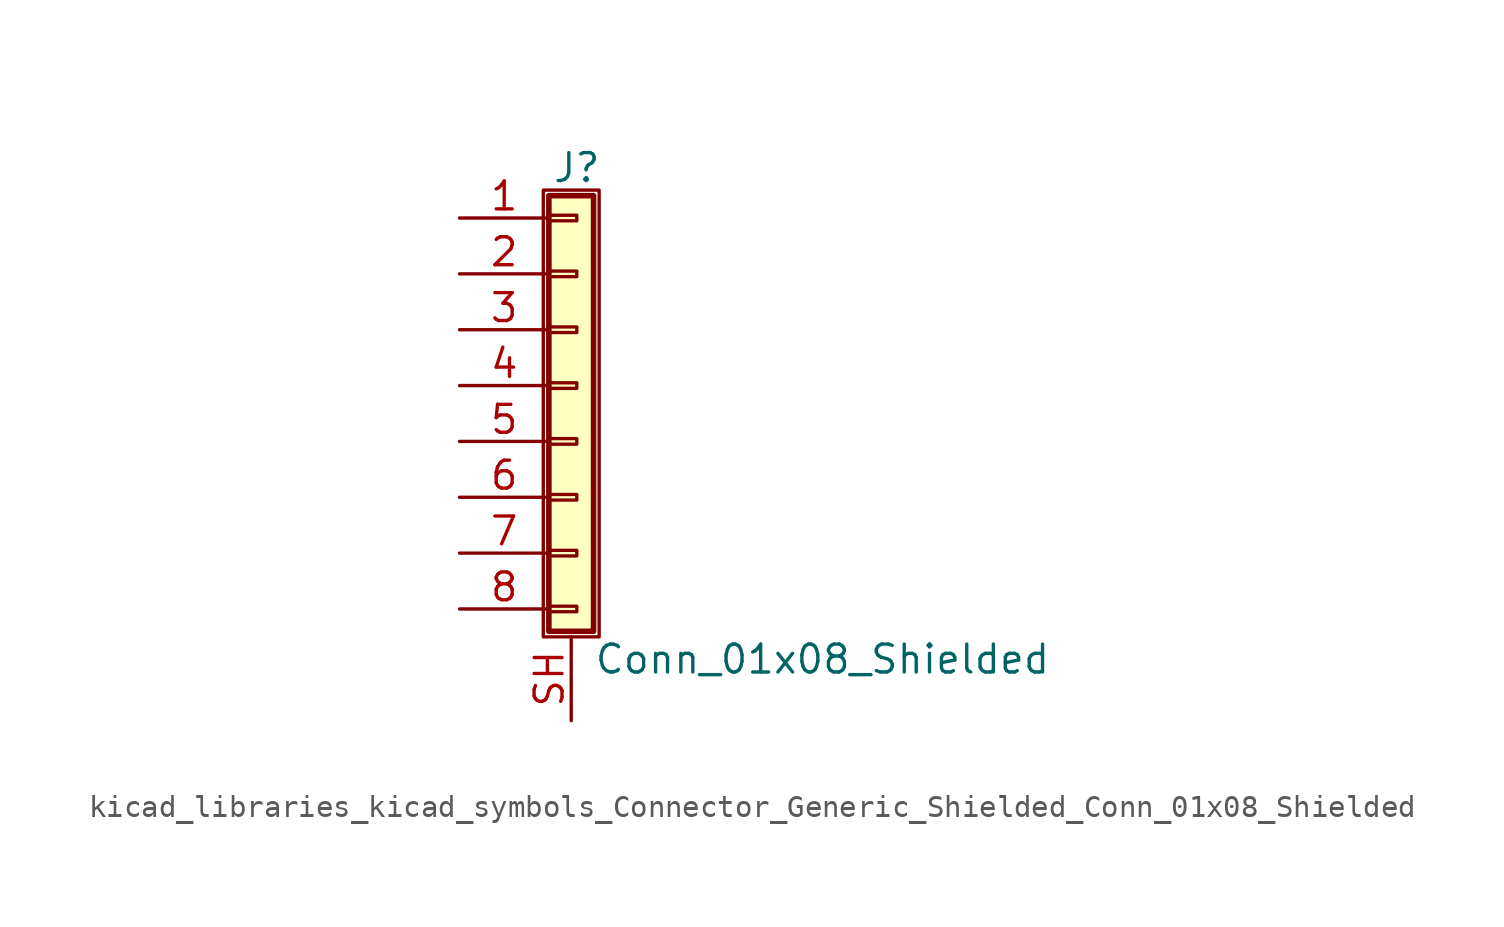
<source format=kicad_sym>
(kicad_symbol_lib
  (version 20220914)
  (generator kicad_symbol_editor)
  (symbol "kicad_libraries_kicad_symbols_Connector_Generic_Shielded_Conn_01x08_Shielded"
    (pin_names
      (offset 1.016) hide)
    (property "Reference" "J"
      (at 0.254 9.906 0)
      (effects (font (size 1.27 1.27))))
    (property "Value" "Conn_01x08_Shielded"
      (at 1.016 -12.446 0)
      (effects (font (size 1.27 1.27)) (justify left)))
    (symbol "kicad_libraries_kicad_symbols_Connector_Generic_Shielded_Conn_01x08_Shielded_1_1"
      (rectangle (start -1.27 8.89) (end 1.27 -11.43) (stroke (width 0.152) (type default)) (fill (type none)))
      (rectangle (start -1.016 -10.033) (end 0.254 -10.287) (stroke (width 0.152) (type default)) (fill (type none)))
      (rectangle (start -1.016 -7.493) (end 0.254 -7.747) (stroke (width 0.152) (type default)) (fill (type none)))
      (rectangle (start -1.016 -4.953) (end 0.254 -5.207) (stroke (width 0.152) (type default)) (fill (type none)))
      (rectangle (start -1.016 -2.413) (end 0.254 -2.667) (stroke (width 0.152) (type default)) (fill (type none)))
      (rectangle (start -1.016 0.127) (end 0.254 -0.127) (stroke (width 0.152) (type default)) (fill (type none)))
      (rectangle (start -1.016 2.667) (end 0.254 2.413) (stroke (width 0.152) (type default)) (fill (type none)))
      (rectangle (start -1.016 5.207) (end 0.254 4.953) (stroke (width 0.152) (type default)) (fill (type none)))
      (rectangle (start -1.016 7.747) (end 0.254 7.493) (stroke (width 0.152) (type default)) (fill (type none)))
      (rectangle (start -1.016 8.636) (end 1.016 -11.176) (stroke (width 0.254) (type default)) (fill (type background)))
      (pin passive line (at -5.08 7.62 0) (length 4.064) (name "Pin_1" (effects (font (size 1.27 1.27)))) (number "1" (effects (font (size 1.27 1.27)))))
      (pin passive line (at -5.08 5.08 0) (length 4.064) (name "Pin_2" (effects (font (size 1.27 1.27)))) (number "2" (effects (font (size 1.27 1.27)))))
      (pin passive line (at -5.08 2.54 0) (length 4.064) (name "Pin_3" (effects (font (size 1.27 1.27)))) (number "3" (effects (font (size 1.27 1.27)))))
      (pin passive line (at -5.08 0 0) (length 4.064) (name "Pin_4" (effects (font (size 1.27 1.27)))) (number "4" (effects (font (size 1.27 1.27)))))
      (pin passive line (at -5.08 -2.54 0) (length 4.064) (name "Pin_5" (effects (font (size 1.27 1.27)))) (number "5" (effects (font (size 1.27 1.27)))))
      (pin passive line (at -5.08 -5.08 0) (length 4.064) (name "Pin_6" (effects (font (size 1.27 1.27)))) (number "6" (effects (font (size 1.27 1.27)))))
      (pin passive line (at -5.08 -7.62 0) (length 4.064) (name "Pin_7" (effects (font (size 1.27 1.27)))) (number "7" (effects (font (size 1.27 1.27)))))
      (pin passive line (at -5.08 -10.16 0) (length 4.064) (name "Pin_8" (effects (font (size 1.27 1.27)))) (number "8" (effects (font (size 1.27 1.27)))))
      (pin passive line (at 0 -15.24 90) (length 3.81) (name "Shield" (effects (font (size 1.27 1.27)))) (number "SH" (effects (font (size 1.27 1.27))))))))
</source>
